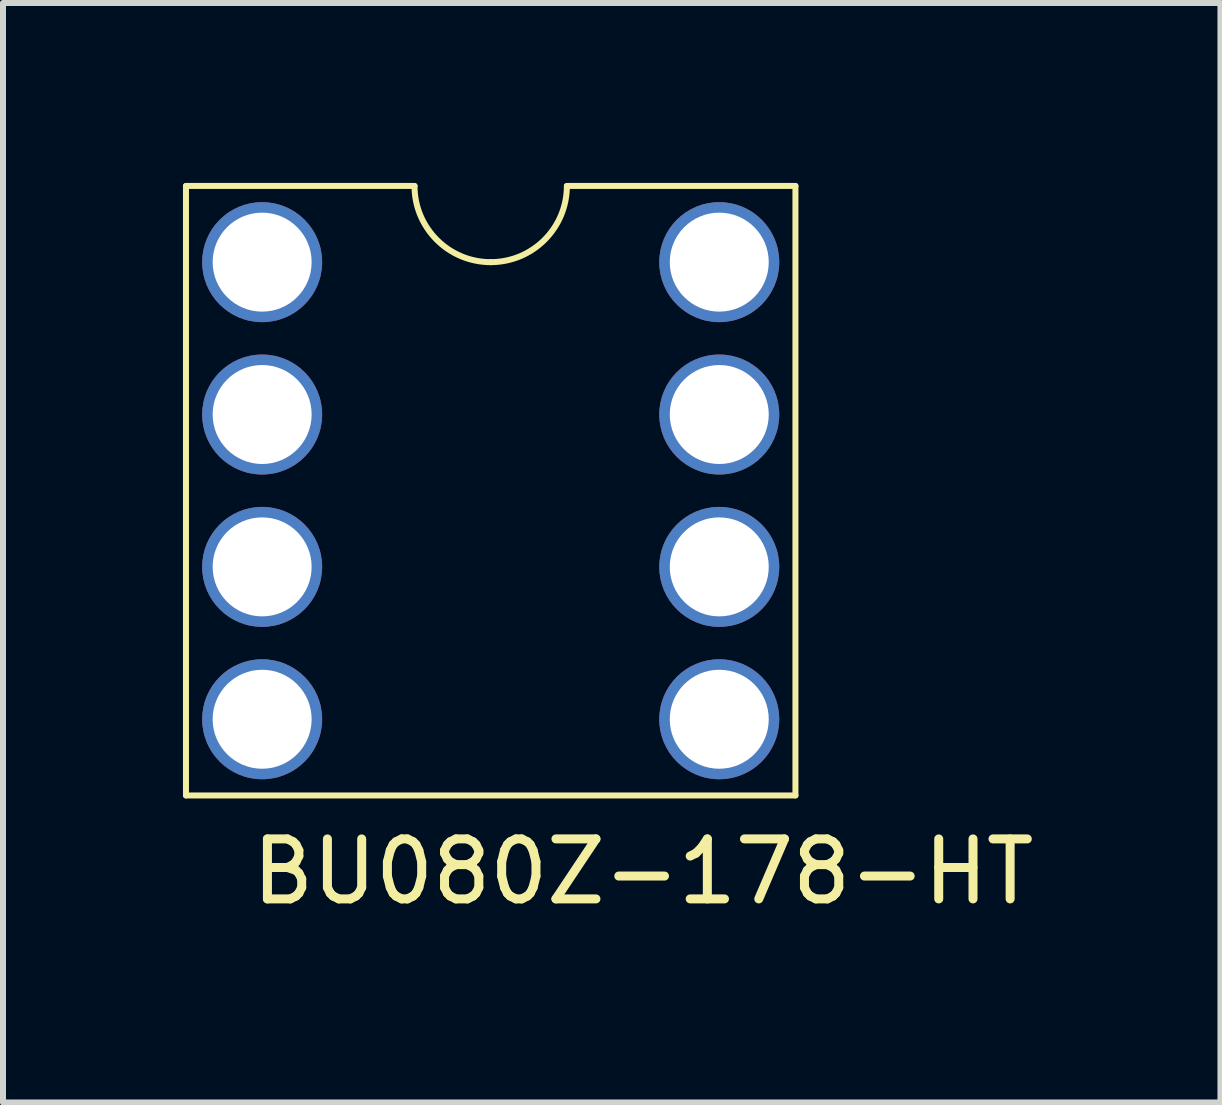
<source format=kicad_pcb>
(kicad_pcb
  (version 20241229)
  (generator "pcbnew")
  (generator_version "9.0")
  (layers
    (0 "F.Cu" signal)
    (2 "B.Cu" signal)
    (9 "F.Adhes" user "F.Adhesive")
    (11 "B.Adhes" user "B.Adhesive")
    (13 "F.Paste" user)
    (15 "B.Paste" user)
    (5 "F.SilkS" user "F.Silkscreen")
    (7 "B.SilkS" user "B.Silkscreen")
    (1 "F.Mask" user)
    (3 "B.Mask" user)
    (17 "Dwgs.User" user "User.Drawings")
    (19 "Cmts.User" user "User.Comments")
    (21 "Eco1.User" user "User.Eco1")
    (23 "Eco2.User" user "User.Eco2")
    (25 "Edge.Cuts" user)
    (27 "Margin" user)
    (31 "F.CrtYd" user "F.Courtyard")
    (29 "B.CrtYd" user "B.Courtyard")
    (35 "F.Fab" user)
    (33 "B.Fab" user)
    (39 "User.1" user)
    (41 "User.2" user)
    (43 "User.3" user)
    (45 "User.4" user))
  (footprint "BU080Z-178-HT"
    (layer "F.Cu")
    (at 1.32 1.32)
    (property "Reference" "BU080Z-178-HT" (at 6.35 10.16 0) (layer "F.SilkS") (effects (font (size 1 1) (thickness 0.15))))
    (attr through_hole)
    (fp_line (start -1.27 -1.27) (end -1.27 8.89) (stroke (width 0.1) (type solid)) (layer "F.SilkS"))
    (fp_line (start -1.27 -1.27) (end 2.54 -1.27) (stroke (width 0.1) (type solid)) (layer "F.SilkS"))
    (fp_line (start -1.27 8.89) (end 8.89 8.89) (stroke (width 0.1) (type solid)) (layer "F.SilkS"))
    (fp_line (start 8.89 -1.27) (end 5.08 -1.27) (stroke (width 0.1) (type solid)) (layer "F.SilkS"))
    (fp_line (start 8.89 8.89) (end 8.89 -1.27) (stroke (width 0.1) (type solid)) (layer "F.SilkS"))
    (fp_arc (start 3.81 0) (mid 2.911974 -0.371974) (end 2.54 -1.27) (stroke (width 0.1) (type solid)) (layer "F.SilkS"))
    (fp_arc (start 5.08 -1.27) (mid 4.708026 -0.371974) (end 3.81 0) (stroke (width 0.1) (type solid)) (layer "F.SilkS"))
    (pad "1" thru_hole circle (at 0 0) (size 2 2) (drill 1.65) (layers "*.Cu" "*.Mask"))
    (pad "2" thru_hole circle (at 0 2.54) (size 2 2) (drill 1.65) (layers "*.Cu" "*.Mask"))
    (pad "3" thru_hole circle (at 0 5.08) (size 2 2) (drill 1.65) (layers "*.Cu" "*.Mask"))
    (pad "4" thru_hole circle (at 0 7.62) (size 2 2) (drill 1.65) (layers "*.Cu" "*.Mask"))
    (pad "5" thru_hole circle (at 7.62 7.62) (size 2 2) (drill 1.65) (layers "*.Cu" "*.Mask"))
    (pad "6" thru_hole circle (at 7.62 5.08) (size 2 2) (drill 1.65) (layers "*.Cu" "*.Mask"))
    (pad "7" thru_hole circle (at 7.62 2.54) (size 2 2) (drill 1.65) (layers "*.Cu" "*.Mask"))
    (pad "8" thru_hole circle (at 7.62 0) (size 2 2) (drill 1.65) (layers "*.Cu" "*.Mask")))
  (gr_rect
    (start -3 -3)
    (end 17.295 15.328)
    (stroke (width 0.1) (type default))
    (fill no)
    (layer "Edge.Cuts")))
</source>
